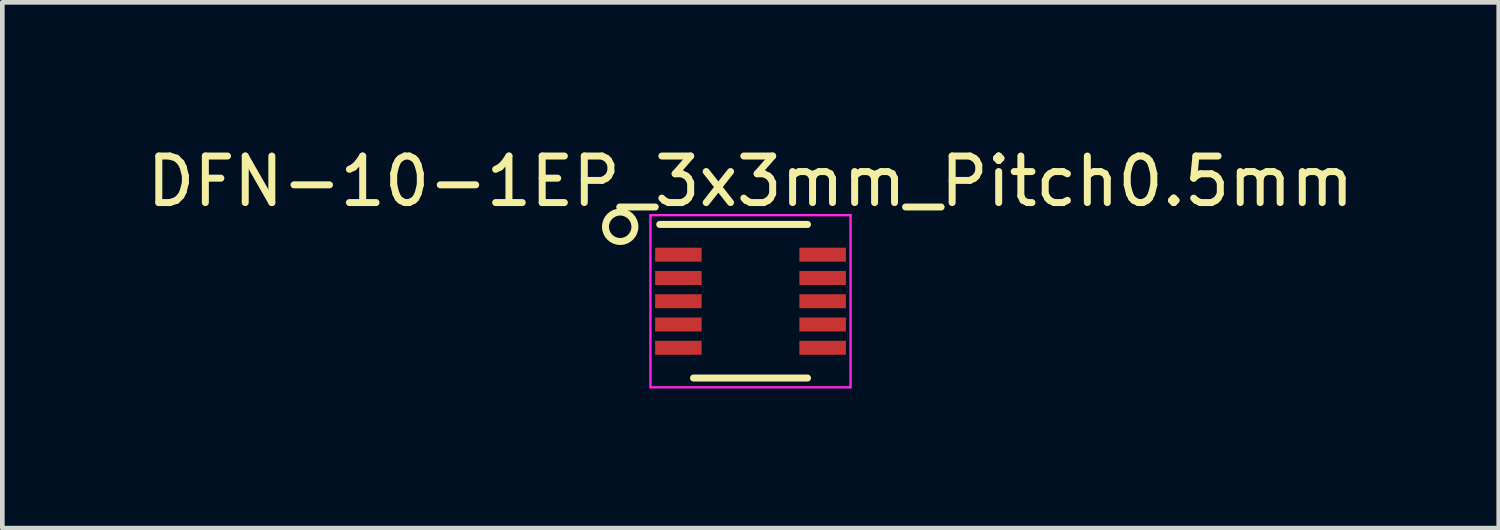
<source format=kicad_pcb>
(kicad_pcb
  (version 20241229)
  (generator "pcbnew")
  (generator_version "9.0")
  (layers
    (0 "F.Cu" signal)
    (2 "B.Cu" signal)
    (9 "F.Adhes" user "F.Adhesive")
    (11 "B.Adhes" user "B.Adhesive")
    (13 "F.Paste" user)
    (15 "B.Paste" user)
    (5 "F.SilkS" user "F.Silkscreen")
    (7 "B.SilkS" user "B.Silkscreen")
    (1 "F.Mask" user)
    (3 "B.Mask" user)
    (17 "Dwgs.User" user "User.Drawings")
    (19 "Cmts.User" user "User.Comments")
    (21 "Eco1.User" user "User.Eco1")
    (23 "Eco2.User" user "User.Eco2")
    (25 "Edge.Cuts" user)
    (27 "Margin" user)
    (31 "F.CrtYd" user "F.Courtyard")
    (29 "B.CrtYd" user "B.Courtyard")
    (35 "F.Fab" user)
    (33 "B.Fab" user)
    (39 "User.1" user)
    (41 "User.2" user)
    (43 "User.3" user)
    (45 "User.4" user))
  (footprint "DFN-10-1EP_3x3mm_Pitch0.5mm"
    (layer "F.Cu")
    (at 13.077 3.423)
    (property "Reference" "DFN-10-1EP_3x3mm_Pitch0.5mm" (at 0 -2.575 0) (layer "F.SilkS") (effects (font (size 1 1) (thickness 0.15))))
    (attr smd)
    (fp_line (start -1.95 -1.65) (end 1.225 -1.65) (stroke (width 0.15) (type solid)) (layer "F.SilkS"))
    (fp_line (start -1.225 1.65) (end 1.225 1.65) (stroke (width 0.15) (type solid)) (layer "F.SilkS"))
    (fp_circle (center -2.8 -1.6) (end -2.7 -1.3) (stroke (width 0.15) (type solid)) (fill no) (layer "F.SilkS"))
    (fp_line (start -2.15 -1.85) (end -2.15 1.85) (stroke (width 0.05) (type solid)) (layer "F.CrtYd"))
    (fp_line (start -2.15 -1.85) (end 2.15 -1.85) (stroke (width 0.05) (type solid)) (layer "F.CrtYd"))
    (fp_line (start -2.15 1.85) (end 2.15 1.85) (stroke (width 0.05) (type solid)) (layer "F.CrtYd"))
    (fp_line (start 2.15 -1.85) (end 2.15 1.85) (stroke (width 0.05) (type solid)) (layer "F.CrtYd"))
    (pad "1" smd rect (at -1.55 -1) (size 1 0.3) (layers "F.Cu" "F.Mask" "F.Paste"))
    (pad "2" smd rect (at -1.55 -0.5) (size 1 0.3) (layers "F.Cu" "F.Mask" "F.Paste"))
    (pad "3" smd rect (at -1.55 0) (size 1 0.3) (layers "F.Cu" "F.Mask" "F.Paste"))
    (pad "4" smd rect (at -1.55 0.5) (size 1 0.3) (layers "F.Cu" "F.Mask" "F.Paste"))
    (pad "5" smd rect (at -1.55 1) (size 1 0.3) (layers "F.Cu" "F.Mask" "F.Paste"))
    (pad "6" smd rect (at 1.55 1) (size 1 0.3) (layers "F.Cu" "F.Mask" "F.Paste"))
    (pad "7" smd rect (at 1.55 0.5) (size 1 0.3) (layers "F.Cu" "F.Mask" "F.Paste"))
    (pad "8" smd rect (at 1.55 0) (size 1 0.3) (layers "F.Cu" "F.Mask" "F.Paste"))
    (pad "9" smd rect (at 1.55 -0.5) (size 1 0.3) (layers "F.Cu" "F.Mask" "F.Paste"))
    (pad "10" smd rect (at 1.55 -1) (size 1 0.3) (layers "F.Cu" "F.Mask" "F.Paste")))
  (gr_rect
    (start -3 -3)
    (end 29.155 8.298)
    (stroke (width 0.1) (type default))
    (fill no)
    (layer "Edge.Cuts")))
</source>
